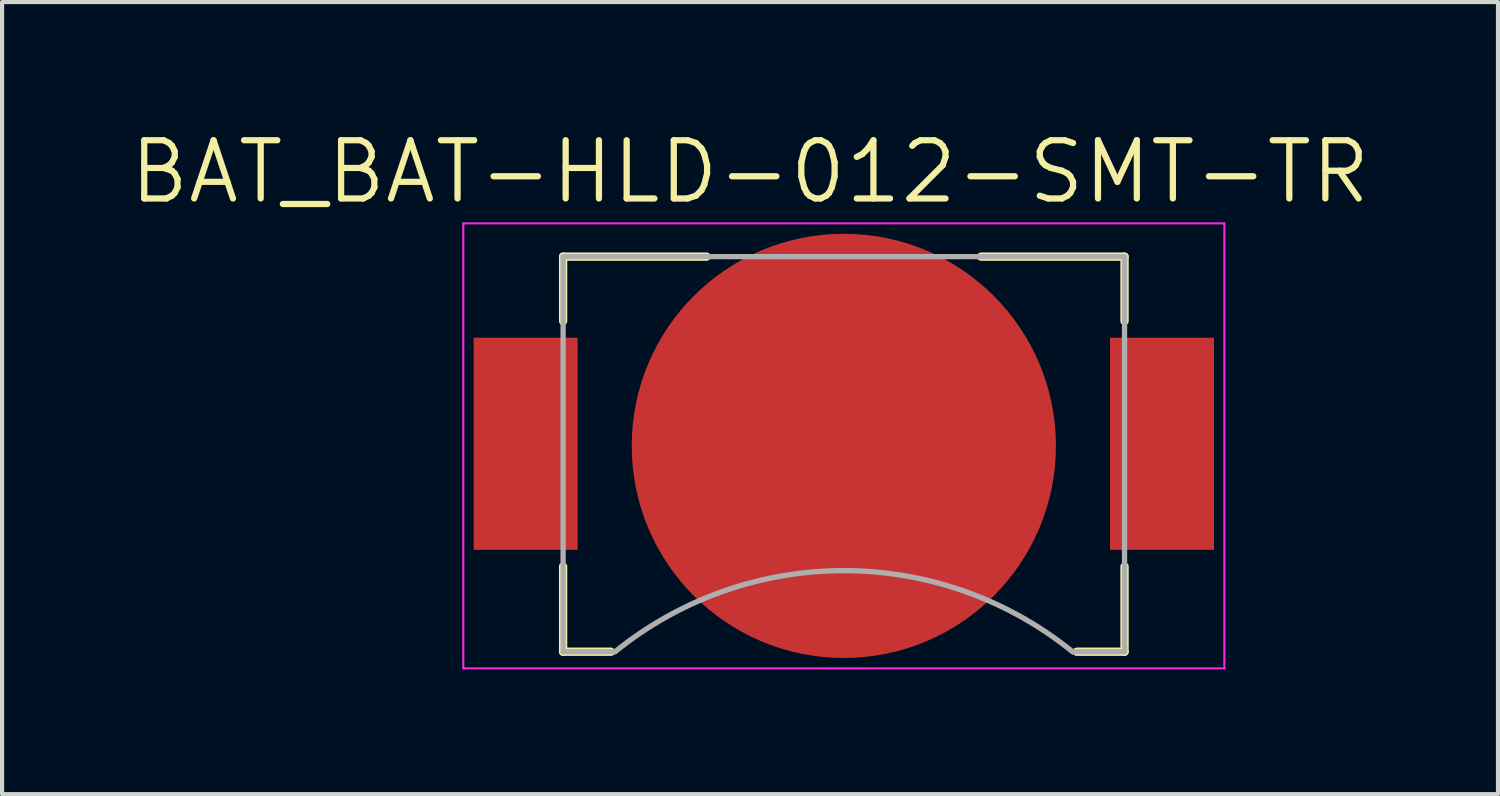
<source format=kicad_pcb>
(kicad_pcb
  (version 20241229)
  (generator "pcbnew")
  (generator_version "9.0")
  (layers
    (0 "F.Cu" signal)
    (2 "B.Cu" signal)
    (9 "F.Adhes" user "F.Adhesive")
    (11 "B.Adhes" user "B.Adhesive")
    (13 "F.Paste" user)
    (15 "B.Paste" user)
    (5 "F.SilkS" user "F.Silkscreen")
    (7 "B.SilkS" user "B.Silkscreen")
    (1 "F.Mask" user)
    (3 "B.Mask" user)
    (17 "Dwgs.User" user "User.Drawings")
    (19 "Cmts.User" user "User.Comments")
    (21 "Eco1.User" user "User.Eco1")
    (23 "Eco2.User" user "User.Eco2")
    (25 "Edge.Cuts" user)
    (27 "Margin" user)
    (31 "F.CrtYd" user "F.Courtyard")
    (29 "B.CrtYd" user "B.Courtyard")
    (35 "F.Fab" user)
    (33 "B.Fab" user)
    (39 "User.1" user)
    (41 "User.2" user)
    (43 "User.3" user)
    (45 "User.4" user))
  (footprint "BAT_BAT-HLD-012-SMT-TR"
    (layer "F.Cu")
    (at 17.24 7.671)
    (property "Reference" "BAT_BAT-HLD-012-SMT-TR" (at -2.255 -6.589 0) (layer "F.SilkS") (effects (font (size 1.4 1.4) (thickness 0.15))))
    (attr smd)
    (fp_line (start -6.75 -4.55) (end -3.3 -4.55) (stroke (width 0.2) (type solid)) (layer "F.SilkS"))
    (fp_line (start -6.75 -3) (end -6.75 -4.55) (stroke (width 0.2) (type solid)) (layer "F.SilkS"))
    (fp_line (start -6.75 2.9) (end -6.75 4.95) (stroke (width 0.2) (type solid)) (layer "F.SilkS"))
    (fp_line (start -6.75 4.95) (end -5.6 4.95) (stroke (width 0.2) (type solid)) (layer "F.SilkS"))
    (fp_line (start 3.3 -4.55) (end 6.75 -4.55) (stroke (width 0.2) (type solid)) (layer "F.SilkS"))
    (fp_line (start 5.6 4.95) (end 6.75 4.95) (stroke (width 0.2) (type solid)) (layer "F.SilkS"))
    (fp_line (start 6.75 -4.55) (end 6.75 -3) (stroke (width 0.2) (type solid)) (layer "F.SilkS"))
    (fp_line (start 6.75 4.95) (end 6.75 2.9) (stroke (width 0.2) (type solid)) (layer "F.SilkS"))
    (fp_line (start -9.15 -5.35) (end 9.15 -5.35) (stroke (width 0.05) (type solid)) (layer "F.CrtYd"))
    (fp_line (start -9.15 5.35) (end -9.15 -5.35) (stroke (width 0.05) (type solid)) (layer "F.CrtYd"))
    (fp_line (start 9.15 -5.35) (end 9.15 5.35) (stroke (width 0.05) (type solid)) (layer "F.CrtYd"))
    (fp_line (start 9.15 5.35) (end -9.15 5.35) (stroke (width 0.05) (type solid)) (layer "F.CrtYd"))
    (fp_line (start -6.75 -4.55) (end 6.75 -4.55) (stroke (width 0.127) (type solid)) (layer "F.Fab"))
    (fp_line (start -6.75 4.95) (end -6.75 -4.55) (stroke (width 0.127) (type solid)) (layer "F.Fab"))
    (fp_line (start -5.5 4.95) (end -6.75 4.95) (stroke (width 0.127) (type solid)) (layer "F.Fab"))
    (fp_line (start 6.75 -4.55) (end 6.75 4.95) (stroke (width 0.127) (type solid)) (layer "F.Fab"))
    (fp_line (start 6.75 4.95) (end 5.5 4.95) (stroke (width 0.127) (type solid)) (layer "F.Fab"))
    (fp_arc (start -5.5 4.95) (mid -2.917726 3.501926) (end 0 3) (stroke (width 0.127) (type solid)) (layer "F.Fab"))
    (fp_arc (start 0 3) (mid 2.917726 3.501926) (end 5.5 4.95) (stroke (width 0.127) (type solid)) (layer "F.Fab"))
    (pad "N" smd circle (at 0 0) (size 10.2 10.2) (layers "F.Cu" "F.Mask"))
    (pad "P1" smd rect (at -7.65 -0.05) (size 2.5 5.1) (layers "F.Cu" "F.Mask" "F.Paste"))
    (pad "P2" smd rect (at 7.65 -0.05) (size 2.5 5.1) (layers "F.Cu" "F.Mask" "F.Paste")))
  (gr_rect
    (start -3 -3)
    (end 32.97 16.046)
    (stroke (width 0.1) (type default))
    (fill no)
    (layer "Edge.Cuts")))
</source>
